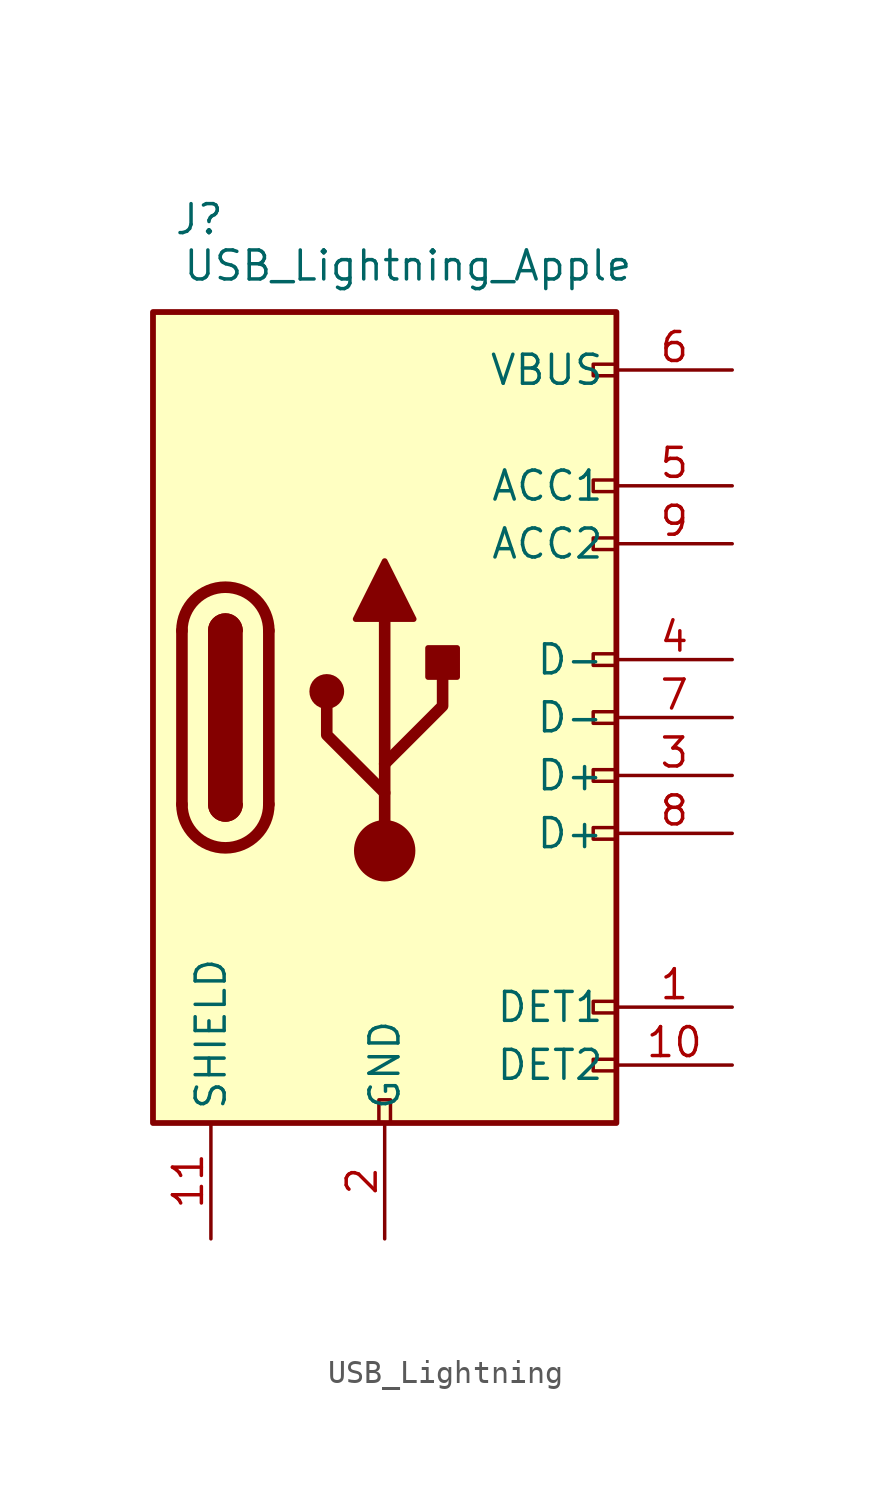
<source format=kicad_sym>
(kicad_symbol_lib
  (version 20231120)
  (generator "kicad_symbol_editor")
  (generator_version "8.0")
  (symbol "USB_Lightning"
    (property "Reference" "J"
      (at -8.128 21.844 0)
      (effects (font (size 1.27 1.27))))
    (property "Value" "USB_Lightning_Apple"
      (at 1.016 19.812 0)
      (effects (font (size 1.27 1.27))))
    (symbol "USB_Lightning_0_0"
      (rectangle (start -0.254 -17.78) (end 0.254 -16.764) (stroke (width 0) (type default)) (fill (type none)))
      (rectangle (start 10.16 -14.986) (end 9.144 -15.494) (stroke (width 0) (type default)) (fill (type none)))
      (rectangle (start 10.16 -12.446) (end 9.144 -12.954) (stroke (width 0) (type default)) (fill (type none)))
      (rectangle (start 10.16 -4.826) (end 9.144 -5.334) (stroke (width 0) (type default)) (fill (type none)))
      (rectangle (start 10.16 -2.286) (end 9.144 -2.794) (stroke (width 0) (type default)) (fill (type none)))
      (rectangle (start 10.16 0.254) (end 9.144 -0.254) (stroke (width 0) (type default)) (fill (type none)))
      (rectangle (start 10.16 2.794) (end 9.144 2.286) (stroke (width 0) (type default)) (fill (type none)))
      (rectangle (start 10.16 7.874) (end 9.144 7.366) (stroke (width 0) (type default)) (fill (type none)))
      (rectangle (start 10.16 10.414) (end 9.144 9.906) (stroke (width 0) (type default)) (fill (type none)))
      (rectangle (start 10.16 15.494) (end 9.144 14.986) (stroke (width 0) (type default)) (fill (type none))))
    (symbol "USB_Lightning_0_1"
      (rectangle (start -10.16 17.78) (end 10.16 -17.78) (stroke (width 0.254) (type default)) (fill (type background)))
      (arc (start -8.89 -3.81) (mid -6.985 -5.7067) (end -5.08 -3.81) (stroke (width 0.508) (type default)) (fill (type none)))
      (arc (start -7.62 -3.81) (mid -6.985 -4.4423) (end -6.35 -3.81) (stroke (width 0.254) (type default)) (fill (type none)))
      (arc (start -7.62 -3.81) (mid -6.985 -4.4423) (end -6.35 -3.81) (stroke (width 0.254) (type default)) (fill (type outline)))
      (rectangle (start -7.62 -3.81) (end -6.35 3.81) (stroke (width 0.254) (type default)) (fill (type outline)))
      (arc (start -6.35 3.81) (mid -6.985 4.4423) (end -7.62 3.81) (stroke (width 0.254) (type default)) (fill (type none)))
      (arc (start -6.35 3.81) (mid -6.985 4.4423) (end -7.62 3.81) (stroke (width 0.254) (type default)) (fill (type outline)))
      (arc (start -5.08 3.81) (mid -6.985 5.7067) (end -8.89 3.81) (stroke (width 0.508) (type default)) (fill (type none)))
      (circle (center -2.54 1.143) (radius 0.635) (stroke (width 0.254) (type default)) (fill (type outline)))
      (circle (center 0 -5.842) (radius 1.27) (stroke (width 0) (type default)) (fill (type outline)))
      (polyline (pts (xy -8.89 -3.81) (xy -8.89 3.81)) (stroke (width 0.508) (type default)) (fill (type none)))
      (polyline (pts (xy -5.08 3.81) (xy -5.08 -3.81)) (stroke (width 0.508) (type default)) (fill (type none)))
      (polyline (pts (xy 0 -5.842) (xy 0 4.318)) (stroke (width 0.508) (type default)) (fill (type none)))
      (polyline (pts (xy 0 -3.302) (xy -2.54 -0.762) (xy -2.54 0.508)) (stroke (width 0.508) (type default)) (fill (type none)))
      (polyline (pts (xy 0 -2.032) (xy 2.54 0.508) (xy 2.54 1.778)) (stroke (width 0.508) (type default)) (fill (type none)))
      (polyline (pts (xy -1.27 4.318) (xy 0 6.858) (xy 1.27 4.318) (xy -1.27 4.318)) (stroke (width 0.254) (type default)) (fill (type outline)))
      (rectangle (start 1.905 1.778) (end 3.175 3.048) (stroke (width 0.254) (type default)) (fill (type outline))))
    (symbol "USB_Lightning_1_1"
      (pin bidirectional line (at 15.24 -12.7 180) (length 5.08) (name "DET1" (effects (font (size 1.27 1.27)))) (number "1" (effects (font (size 1.27 1.27)))))
      (pin bidirectional line (at 15.24 -15.24 180) (length 5.08) (name "DET2" (effects (font (size 1.27 1.27)))) (number "10" (effects (font (size 1.27 1.27)))))
      (pin passive line (at -7.62 -22.86 90) (length 5.08) (name "SHIELD" (effects (font (size 1.27 1.27)))) (number "11" (effects (font (size 1.27 1.27)))))
      (pin passive line (at -7.62 -22.86 90) (length 5.08) hide (name "SHIELD" (effects (font (size 1.27 1.27)))) (number "12" (effects (font (size 1.27 1.27)))))
      (pin passive line (at -7.62 -22.86 90) (length 5.08) hide (name "SHIELD" (effects (font (size 1.27 1.27)))) (number "13" (effects (font (size 1.27 1.27)))))
      (pin passive line (at -7.62 -22.86 90) (length 5.08) hide (name "SHIELD" (effects (font (size 1.27 1.27)))) (number "14" (effects (font (size 1.27 1.27)))))
      (pin passive line (at 0 -22.86 90) (length 5.08) (name "GND" (effects (font (size 1.27 1.27)))) (number "2" (effects (font (size 1.27 1.27)))))
      (pin bidirectional line (at 15.24 -2.54 180) (length 5.08) (name "D+" (effects (font (size 1.27 1.27)))) (number "3" (effects (font (size 1.27 1.27)))))
      (pin bidirectional line (at 15.24 2.54 180) (length 5.08) (name "D-" (effects (font (size 1.27 1.27)))) (number "4" (effects (font (size 1.27 1.27)))))
      (pin bidirectional line (at 15.24 10.16 180) (length 5.08) (name "ACC1" (effects (font (size 1.27 1.27)))) (number "5" (effects (font (size 1.27 1.27)))))
      (pin passive line (at 15.24 15.24 180) (length 5.08) (name "VBUS" (effects (font (size 1.27 1.27)))) (number "6" (effects (font (size 1.27 1.27)))))
      (pin bidirectional line (at 15.24 0 180) (length 5.08) (name "D-" (effects (font (size 1.27 1.27)))) (number "7" (effects (font (size 1.27 1.27)))))
      (pin bidirectional line (at 15.24 -5.08 180) (length 5.08) (name "D+" (effects (font (size 1.27 1.27)))) (number "8" (effects (font (size 1.27 1.27)))))
      (pin bidirectional line (at 15.24 7.62 180) (length 5.08) (name "ACC2" (effects (font (size 1.27 1.27)))) (number "9" (effects (font (size 1.27 1.27))))))))
</source>
